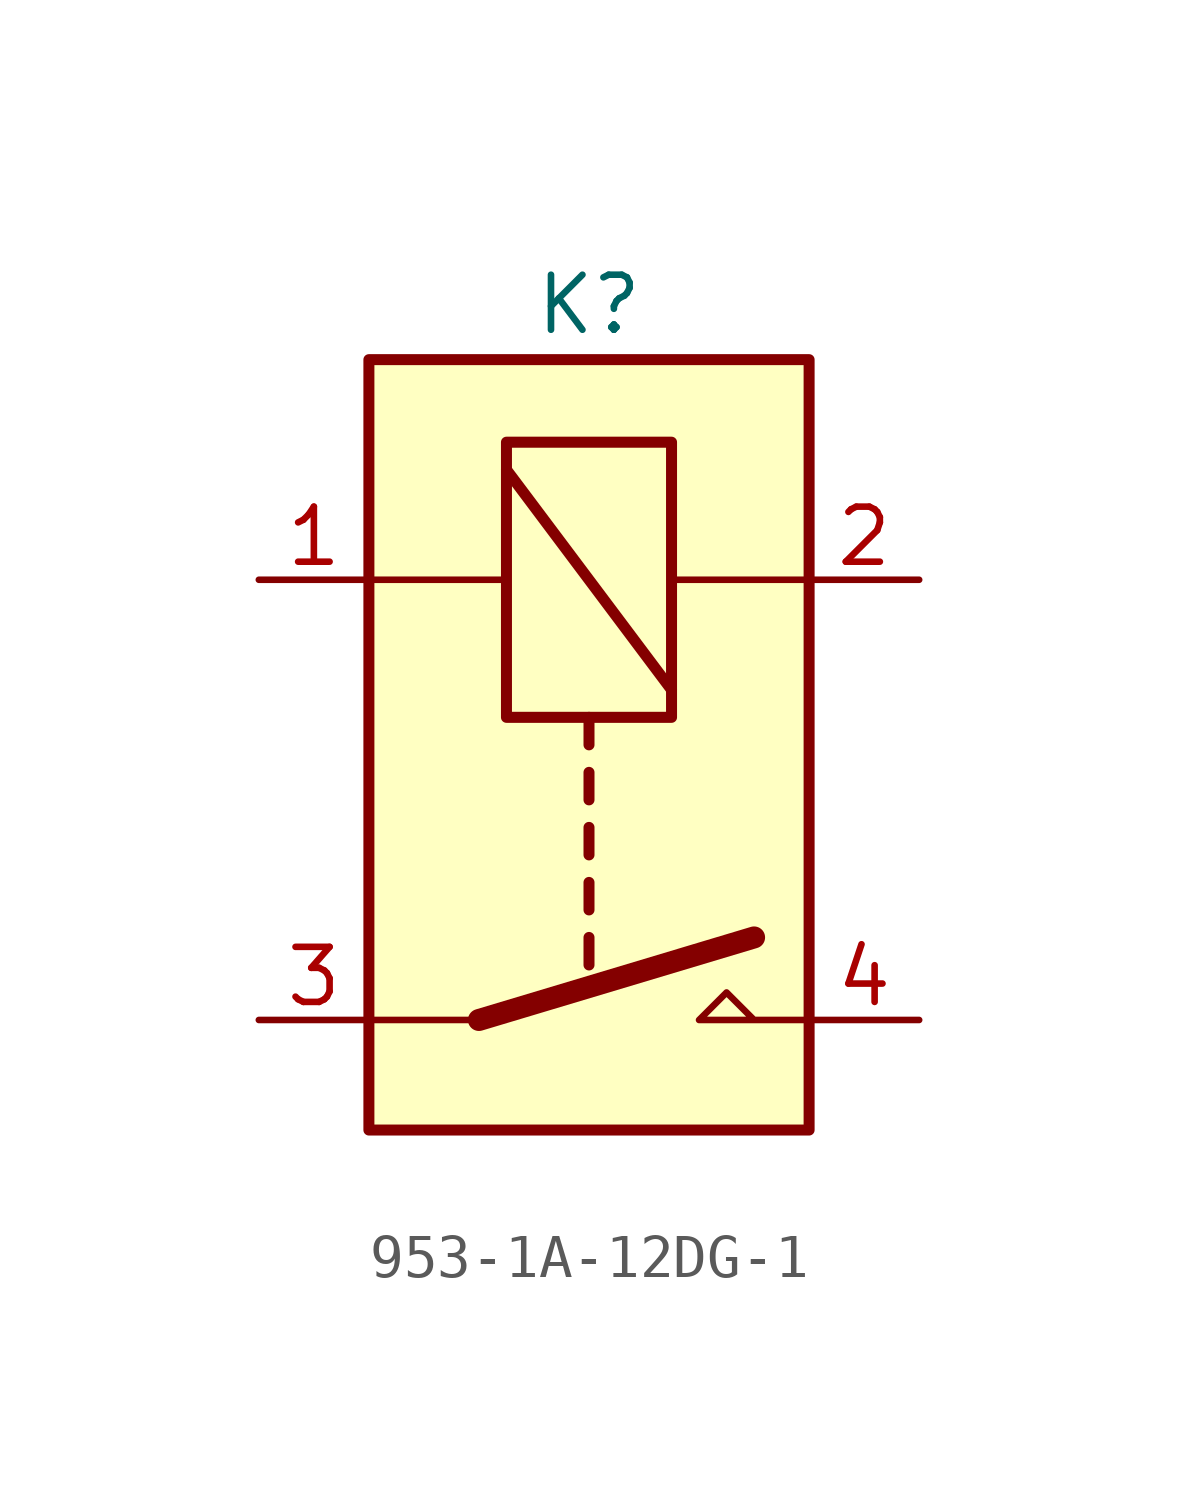
<source format=kicad_sym>
(kicad_symbol_lib
  (version 20220914)
  (generator kicad_symbol_editor)
  (symbol "953-1A-12DG-1"
    (property "Reference" "K"
      (at 0 0 0)
      (effects (font (size 1.27 1.27))))
    (property "Value" ""
      (at 0 0 0)
      (effects (font (size 1.27 1.27))))
    (symbol "953-1A-12DG-1_0_0"
      (polyline (pts (xy 5.08 -16.51) (xy 2.54 -16.51) (xy 3.175 -15.875) (xy 3.81 -16.51)) (stroke (width 0) (type default)) (fill (type none))))
    (symbol "953-1A-12DG-1_0_1"
      (polyline (pts (xy -5.08 -6.35) (xy -1.905 -6.35)) (stroke (width 0) (type default)) (fill (type none)))
      (polyline (pts (xy -2.54 -16.51) (xy -5.08 -16.51)) (stroke (width 0) (type default)) (fill (type none)))
      (polyline (pts (xy -2.54 -16.51) (xy 3.81 -14.605)) (stroke (width 0.508) (type default)) (fill (type none)))
      (polyline (pts (xy -1.905 -3.81) (xy 1.905 -8.89)) (stroke (width 0.254) (type default)) (fill (type none)))
      (polyline (pts (xy 0 -14.605) (xy 0 -15.24)) (stroke (width 0.254) (type default)) (fill (type none)))
      (polyline (pts (xy 0 -13.335) (xy 0 -13.97)) (stroke (width 0.254) (type default)) (fill (type none)))
      (polyline (pts (xy 0 -12.065) (xy 0 -12.7)) (stroke (width 0.254) (type default)) (fill (type none)))
      (polyline (pts (xy 0 -10.795) (xy 0 -11.43)) (stroke (width 0.254) (type default)) (fill (type none)))
      (polyline (pts (xy 0 -9.525) (xy 0 -10.16)) (stroke (width 0.254) (type default)) (fill (type none)))
      (polyline (pts (xy 5.08 -6.35) (xy 1.905 -6.35)) (stroke (width 0) (type default)) (fill (type none)))
      (rectangle (start 1.905 -3.175) (end -1.905 -9.525) (stroke (width 0.254) (type default)) (fill (type none)))
      (rectangle (start 5.08 -1.27) (end -5.08 -19.05) (stroke (width 0.254) (type default)) (fill (type background))))
    (symbol "953-1A-12DG-1_1_1"
      (pin passive line (at -7.62 -6.35 0) (length 2.54) (name "~" (effects (font (size 1.27 1.27)))) (number "1" (effects (font (size 1.27 1.27)))))
      (pin passive line (at 7.62 -6.35 180) (length 2.54) (name "~" (effects (font (size 1.27 1.27)))) (number "2" (effects (font (size 1.27 1.27)))))
      (pin passive line (at -7.62 -16.51 0) (length 2.54) (name "~" (effects (font (size 1.27 1.27)))) (number "3" (effects (font (size 1.27 1.27)))))
      (pin passive line (at 7.62 -16.51 180) (length 2.54) (name "~" (effects (font (size 1.27 1.27)))) (number "4" (effects (font (size 1.27 1.27))))))))
</source>
